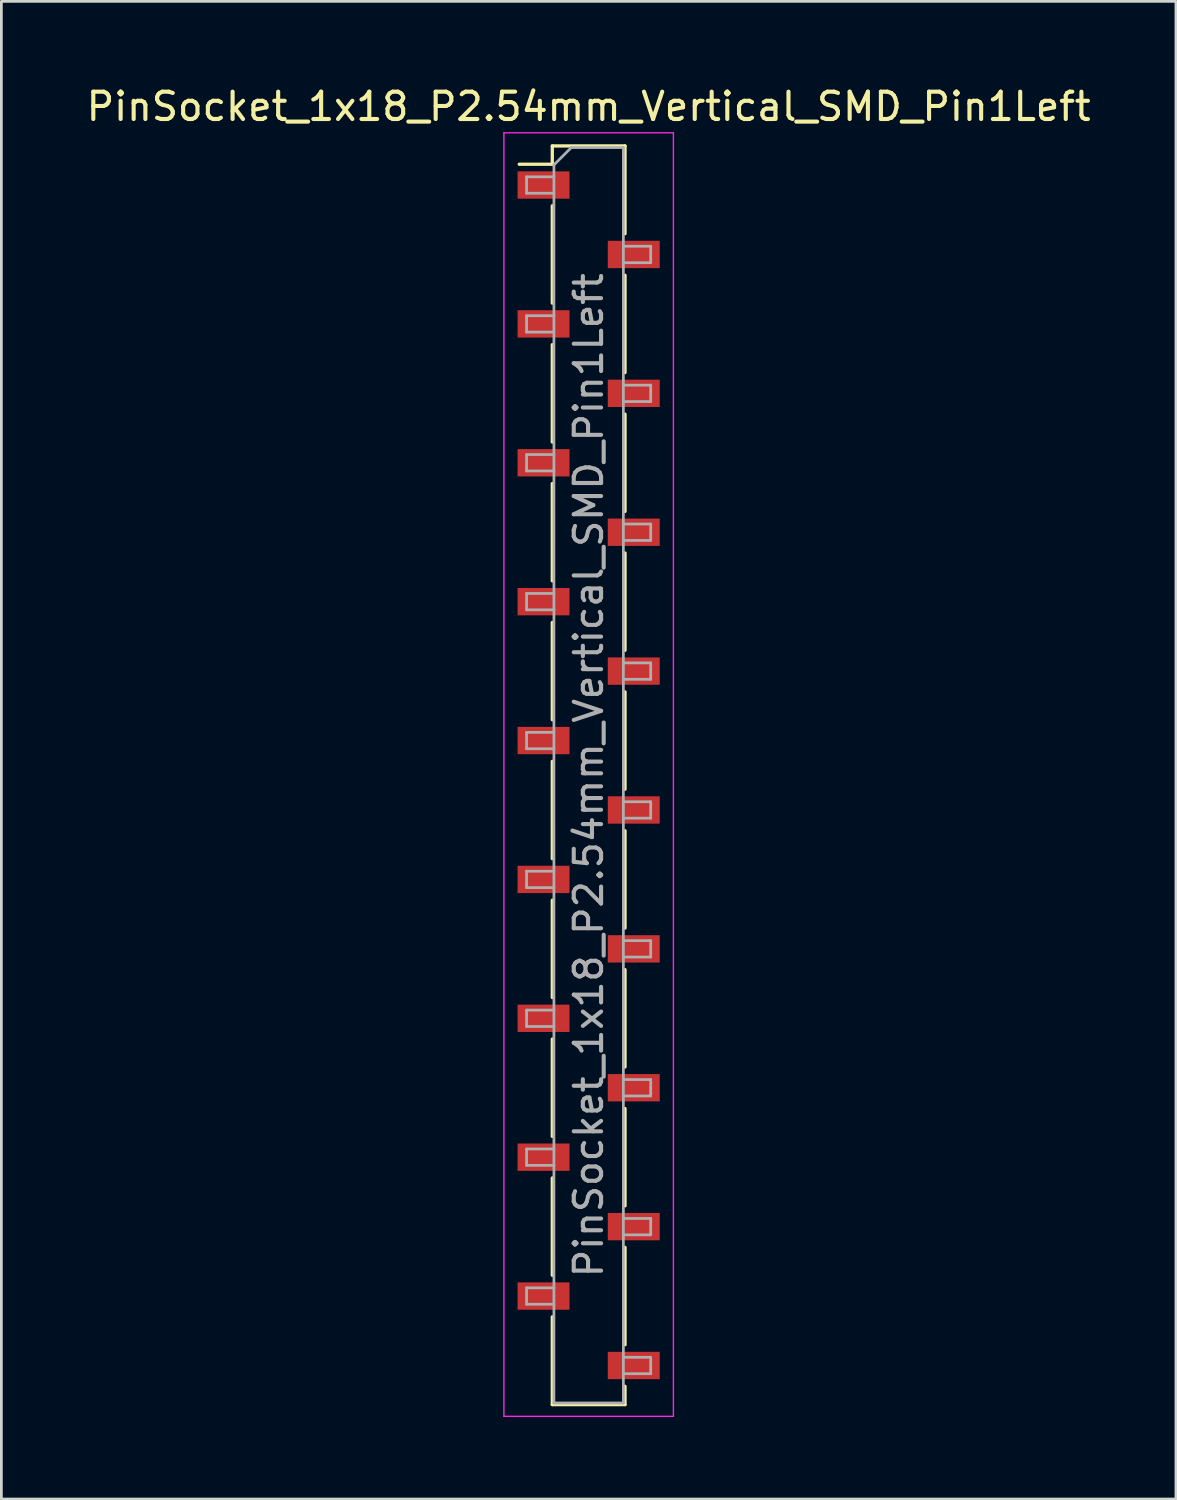
<source format=kicad_pcb>
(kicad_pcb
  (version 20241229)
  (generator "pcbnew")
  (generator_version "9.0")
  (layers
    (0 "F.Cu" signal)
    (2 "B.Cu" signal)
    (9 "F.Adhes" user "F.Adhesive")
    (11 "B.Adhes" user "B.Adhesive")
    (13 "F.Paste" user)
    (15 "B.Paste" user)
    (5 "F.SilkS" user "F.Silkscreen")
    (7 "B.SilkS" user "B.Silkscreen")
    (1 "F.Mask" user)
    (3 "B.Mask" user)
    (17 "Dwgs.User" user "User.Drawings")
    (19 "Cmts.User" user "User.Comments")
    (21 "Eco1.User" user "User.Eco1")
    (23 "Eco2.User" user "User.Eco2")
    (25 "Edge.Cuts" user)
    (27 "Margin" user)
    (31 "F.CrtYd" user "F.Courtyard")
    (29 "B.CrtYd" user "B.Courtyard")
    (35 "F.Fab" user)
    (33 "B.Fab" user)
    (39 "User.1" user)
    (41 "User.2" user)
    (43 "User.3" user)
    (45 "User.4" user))
  (footprint "PinSocket_1x18_P2.54mm_Vertical_SMD_Pin1Left"
    (layer "F.Cu")
    (at 18.482 25.308)
    (property "Reference" "PinSocket_1x18_P2.54mm_Vertical_SMD_Pin1Left" (at 0 -24.46 0) (layer "F.SilkS") (effects (font (size 1 1) (thickness 0.15))))
    (attr smd)
    (fp_line (start -2.54 -22.35) (end -1.33 -22.35) (stroke (width 0.12) (type solid)) (layer "F.SilkS"))
    (fp_line (start -1.33 -23.02) (end -1.33 -22.35) (stroke (width 0.12) (type solid)) (layer "F.SilkS"))
    (fp_line (start -1.33 -23.02) (end 1.33 -23.02) (stroke (width 0.12) (type solid)) (layer "F.SilkS"))
    (fp_line (start -1.33 -20.83) (end -1.33 -17.27) (stroke (width 0.12) (type solid)) (layer "F.SilkS"))
    (fp_line (start -1.33 -15.75) (end -1.33 -12.19) (stroke (width 0.12) (type solid)) (layer "F.SilkS"))
    (fp_line (start -1.33 -10.67) (end -1.33 -7.11) (stroke (width 0.12) (type solid)) (layer "F.SilkS"))
    (fp_line (start -1.33 -5.59) (end -1.33 -2.03) (stroke (width 0.12) (type solid)) (layer "F.SilkS"))
    (fp_line (start -1.33 -0.51) (end -1.33 3.05) (stroke (width 0.12) (type solid)) (layer "F.SilkS"))
    (fp_line (start -1.33 4.57) (end -1.33 8.13) (stroke (width 0.12) (type solid)) (layer "F.SilkS"))
    (fp_line (start -1.33 9.65) (end -1.33 13.21) (stroke (width 0.12) (type solid)) (layer "F.SilkS"))
    (fp_line (start -1.33 14.73) (end -1.33 18.29) (stroke (width 0.12) (type solid)) (layer "F.SilkS"))
    (fp_line (start -1.33 19.81) (end -1.33 23.02) (stroke (width 0.12) (type solid)) (layer "F.SilkS"))
    (fp_line (start -1.33 23.02) (end 1.33 23.02) (stroke (width 0.12) (type solid)) (layer "F.SilkS"))
    (fp_line (start 1.33 -23.02) (end 1.33 -19.81) (stroke (width 0.12) (type solid)) (layer "F.SilkS"))
    (fp_line (start 1.33 -18.29) (end 1.33 -14.73) (stroke (width 0.12) (type solid)) (layer "F.SilkS"))
    (fp_line (start 1.33 -13.21) (end 1.33 -9.65) (stroke (width 0.12) (type solid)) (layer "F.SilkS"))
    (fp_line (start 1.33 -8.13) (end 1.33 -4.57) (stroke (width 0.12) (type solid)) (layer "F.SilkS"))
    (fp_line (start 1.33 -3.05) (end 1.33 0.51) (stroke (width 0.12) (type solid)) (layer "F.SilkS"))
    (fp_line (start 1.33 2.03) (end 1.33 5.59) (stroke (width 0.12) (type solid)) (layer "F.SilkS"))
    (fp_line (start 1.33 7.11) (end 1.33 10.67) (stroke (width 0.12) (type solid)) (layer "F.SilkS"))
    (fp_line (start 1.33 12.19) (end 1.33 15.75) (stroke (width 0.12) (type solid)) (layer "F.SilkS"))
    (fp_line (start 1.33 17.27) (end 1.33 20.83) (stroke (width 0.12) (type solid)) (layer "F.SilkS"))
    (fp_line (start 1.33 22.35) (end 1.33 23.02) (stroke (width 0.12) (type solid)) (layer "F.SilkS"))
    (fp_line (start -3.1 -23.5) (end 3.1 -23.5) (stroke (width 0.05) (type solid)) (layer "F.CrtYd"))
    (fp_line (start -3.1 23.45) (end -3.1 -23.5) (stroke (width 0.05) (type solid)) (layer "F.CrtYd"))
    (fp_line (start 3.1 -23.5) (end 3.1 23.45) (stroke (width 0.05) (type solid)) (layer "F.CrtYd"))
    (fp_line (start 3.1 23.45) (end -3.1 23.45) (stroke (width 0.05) (type solid)) (layer "F.CrtYd"))
    (fp_line (start -2.27 -21.89) (end -1.27 -21.89) (stroke (width 0.1) (type solid)) (layer "F.Fab"))
    (fp_line (start -2.27 -21.29) (end -2.27 -21.89) (stroke (width 0.1) (type solid)) (layer "F.Fab"))
    (fp_line (start -2.27 -16.81) (end -1.27 -16.81) (stroke (width 0.1) (type solid)) (layer "F.Fab"))
    (fp_line (start -2.27 -16.21) (end -2.27 -16.81) (stroke (width 0.1) (type solid)) (layer "F.Fab"))
    (fp_line (start -2.27 -11.73) (end -1.27 -11.73) (stroke (width 0.1) (type solid)) (layer "F.Fab"))
    (fp_line (start -2.27 -11.13) (end -2.27 -11.73) (stroke (width 0.1) (type solid)) (layer "F.Fab"))
    (fp_line (start -2.27 -6.65) (end -1.27 -6.65) (stroke (width 0.1) (type solid)) (layer "F.Fab"))
    (fp_line (start -2.27 -6.05) (end -2.27 -6.65) (stroke (width 0.1) (type solid)) (layer "F.Fab"))
    (fp_line (start -2.27 -1.57) (end -1.27 -1.57) (stroke (width 0.1) (type solid)) (layer "F.Fab"))
    (fp_line (start -2.27 -0.97) (end -2.27 -1.57) (stroke (width 0.1) (type solid)) (layer "F.Fab"))
    (fp_line (start -2.27 3.51) (end -1.27 3.51) (stroke (width 0.1) (type solid)) (layer "F.Fab"))
    (fp_line (start -2.27 4.11) (end -2.27 3.51) (stroke (width 0.1) (type solid)) (layer "F.Fab"))
    (fp_line (start -2.27 8.59) (end -1.27 8.59) (stroke (width 0.1) (type solid)) (layer "F.Fab"))
    (fp_line (start -2.27 9.19) (end -2.27 8.59) (stroke (width 0.1) (type solid)) (layer "F.Fab"))
    (fp_line (start -2.27 13.67) (end -1.27 13.67) (stroke (width 0.1) (type solid)) (layer "F.Fab"))
    (fp_line (start -2.27 14.27) (end -2.27 13.67) (stroke (width 0.1) (type solid)) (layer "F.Fab"))
    (fp_line (start -2.27 18.75) (end -1.27 18.75) (stroke (width 0.1) (type solid)) (layer "F.Fab"))
    (fp_line (start -2.27 19.35) (end -2.27 18.75) (stroke (width 0.1) (type solid)) (layer "F.Fab"))
    (fp_line (start -1.27 -22.325) (end -0.635 -22.96) (stroke (width 0.1) (type solid)) (layer "F.Fab"))
    (fp_line (start -1.27 -21.29) (end -2.27 -21.29) (stroke (width 0.1) (type solid)) (layer "F.Fab"))
    (fp_line (start -1.27 -16.21) (end -2.27 -16.21) (stroke (width 0.1) (type solid)) (layer "F.Fab"))
    (fp_line (start -1.27 -11.13) (end -2.27 -11.13) (stroke (width 0.1) (type solid)) (layer "F.Fab"))
    (fp_line (start -1.27 -6.05) (end -2.27 -6.05) (stroke (width 0.1) (type solid)) (layer "F.Fab"))
    (fp_line (start -1.27 -0.97) (end -2.27 -0.97) (stroke (width 0.1) (type solid)) (layer "F.Fab"))
    (fp_line (start -1.27 4.11) (end -2.27 4.11) (stroke (width 0.1) (type solid)) (layer "F.Fab"))
    (fp_line (start -1.27 9.19) (end -2.27 9.19) (stroke (width 0.1) (type solid)) (layer "F.Fab"))
    (fp_line (start -1.27 14.27) (end -2.27 14.27) (stroke (width 0.1) (type solid)) (layer "F.Fab"))
    (fp_line (start -1.27 19.35) (end -2.27 19.35) (stroke (width 0.1) (type solid)) (layer "F.Fab"))
    (fp_line (start -1.27 22.96) (end -1.27 -22.325) (stroke (width 0.1) (type solid)) (layer "F.Fab"))
    (fp_line (start -0.635 -22.96) (end 1.27 -22.96) (stroke (width 0.1) (type solid)) (layer "F.Fab"))
    (fp_line (start 1.27 -22.96) (end 1.27 22.96) (stroke (width 0.1) (type solid)) (layer "F.Fab"))
    (fp_line (start 1.27 -19.35) (end 2.27 -19.35) (stroke (width 0.1) (type solid)) (layer "F.Fab"))
    (fp_line (start 1.27 -14.27) (end 2.27 -14.27) (stroke (width 0.1) (type solid)) (layer "F.Fab"))
    (fp_line (start 1.27 -9.19) (end 2.27 -9.19) (stroke (width 0.1) (type solid)) (layer "F.Fab"))
    (fp_line (start 1.27 -4.11) (end 2.27 -4.11) (stroke (width 0.1) (type solid)) (layer "F.Fab"))
    (fp_line (start 1.27 0.97) (end 2.27 0.97) (stroke (width 0.1) (type solid)) (layer "F.Fab"))
    (fp_line (start 1.27 6.05) (end 2.27 6.05) (stroke (width 0.1) (type solid)) (layer "F.Fab"))
    (fp_line (start 1.27 11.13) (end 2.27 11.13) (stroke (width 0.1) (type solid)) (layer "F.Fab"))
    (fp_line (start 1.27 16.21) (end 2.27 16.21) (stroke (width 0.1) (type solid)) (layer "F.Fab"))
    (fp_line (start 1.27 21.29) (end 2.27 21.29) (stroke (width 0.1) (type solid)) (layer "F.Fab"))
    (fp_line (start 1.27 22.96) (end -1.27 22.96) (stroke (width 0.1) (type solid)) (layer "F.Fab"))
    (fp_line (start 2.27 -19.35) (end 2.27 -18.75) (stroke (width 0.1) (type solid)) (layer "F.Fab"))
    (fp_line (start 2.27 -18.75) (end 1.27 -18.75) (stroke (width 0.1) (type solid)) (layer "F.Fab"))
    (fp_line (start 2.27 -14.27) (end 2.27 -13.67) (stroke (width 0.1) (type solid)) (layer "F.Fab"))
    (fp_line (start 2.27 -13.67) (end 1.27 -13.67) (stroke (width 0.1) (type solid)) (layer "F.Fab"))
    (fp_line (start 2.27 -9.19) (end 2.27 -8.59) (stroke (width 0.1) (type solid)) (layer "F.Fab"))
    (fp_line (start 2.27 -8.59) (end 1.27 -8.59) (stroke (width 0.1) (type solid)) (layer "F.Fab"))
    (fp_line (start 2.27 -4.11) (end 2.27 -3.51) (stroke (width 0.1) (type solid)) (layer "F.Fab"))
    (fp_line (start 2.27 -3.51) (end 1.27 -3.51) (stroke (width 0.1) (type solid)) (layer "F.Fab"))
    (fp_line (start 2.27 0.97) (end 2.27 1.57) (stroke (width 0.1) (type solid)) (layer "F.Fab"))
    (fp_line (start 2.27 1.57) (end 1.27 1.57) (stroke (width 0.1) (type solid)) (layer "F.Fab"))
    (fp_line (start 2.27 6.05) (end 2.27 6.65) (stroke (width 0.1) (type solid)) (layer "F.Fab"))
    (fp_line (start 2.27 6.65) (end 1.27 6.65) (stroke (width 0.1) (type solid)) (layer "F.Fab"))
    (fp_line (start 2.27 11.13) (end 2.27 11.73) (stroke (width 0.1) (type solid)) (layer "F.Fab"))
    (fp_line (start 2.27 11.73) (end 1.27 11.73) (stroke (width 0.1) (type solid)) (layer "F.Fab"))
    (fp_line (start 2.27 16.21) (end 2.27 16.81) (stroke (width 0.1) (type solid)) (layer "F.Fab"))
    (fp_line (start 2.27 16.81) (end 1.27 16.81) (stroke (width 0.1) (type solid)) (layer "F.Fab"))
    (fp_line (start 2.27 21.29) (end 2.27 21.89) (stroke (width 0.1) (type solid)) (layer "F.Fab"))
    (fp_line (start 2.27 21.89) (end 1.27 21.89) (stroke (width 0.1) (type solid)) (layer "F.Fab"))
    (fp_text user "${REFERENCE}" (at 0 0 90) (layer "F.Fab") (effects (font (size 1 1) (thickness 0.15))))
    (pad "1" smd rect (at -1.65 -21.59) (size 1.9 1) (layers "F.Cu" "F.Mask" "F.Paste"))
    (pad "2" smd rect (at 1.65 -19.05) (size 1.9 1) (layers "F.Cu" "F.Mask" "F.Paste"))
    (pad "3" smd rect (at -1.65 -16.51) (size 1.9 1) (layers "F.Cu" "F.Mask" "F.Paste"))
    (pad "4" smd rect (at 1.65 -13.97) (size 1.9 1) (layers "F.Cu" "F.Mask" "F.Paste"))
    (pad "5" smd rect (at -1.65 -11.43) (size 1.9 1) (layers "F.Cu" "F.Mask" "F.Paste"))
    (pad "6" smd rect (at 1.65 -8.89) (size 1.9 1) (layers "F.Cu" "F.Mask" "F.Paste"))
    (pad "7" smd rect (at -1.65 -6.35) (size 1.9 1) (layers "F.Cu" "F.Mask" "F.Paste"))
    (pad "8" smd rect (at 1.65 -3.81) (size 1.9 1) (layers "F.Cu" "F.Mask" "F.Paste"))
    (pad "9" smd rect (at -1.65 -1.27) (size 1.9 1) (layers "F.Cu" "F.Mask" "F.Paste"))
    (pad "10" smd rect (at 1.65 1.27) (size 1.9 1) (layers "F.Cu" "F.Mask" "F.Paste"))
    (pad "11" smd rect (at -1.65 3.81) (size 1.9 1) (layers "F.Cu" "F.Mask" "F.Paste"))
    (pad "12" smd rect (at 1.65 6.35) (size 1.9 1) (layers "F.Cu" "F.Mask" "F.Paste"))
    (pad "13" smd rect (at -1.65 8.89) (size 1.9 1) (layers "F.Cu" "F.Mask" "F.Paste"))
    (pad "14" smd rect (at 1.65 11.43) (size 1.9 1) (layers "F.Cu" "F.Mask" "F.Paste"))
    (pad "15" smd rect (at -1.65 13.97) (size 1.9 1) (layers "F.Cu" "F.Mask" "F.Paste"))
    (pad "16" smd rect (at 1.65 16.51) (size 1.9 1) (layers "F.Cu" "F.Mask" "F.Paste"))
    (pad "17" smd rect (at -1.65 19.05) (size 1.9 1) (layers "F.Cu" "F.Mask" "F.Paste"))
    (pad "18" smd rect (at 1.65 21.59) (size 1.9 1) (layers "F.Cu" "F.Mask" "F.Paste")))
  (gr_rect
    (start -3 -3)
    (end 39.964 51.783)
    (stroke (width 0.1) (type default))
    (fill no)
    (layer "Edge.Cuts")))
</source>
